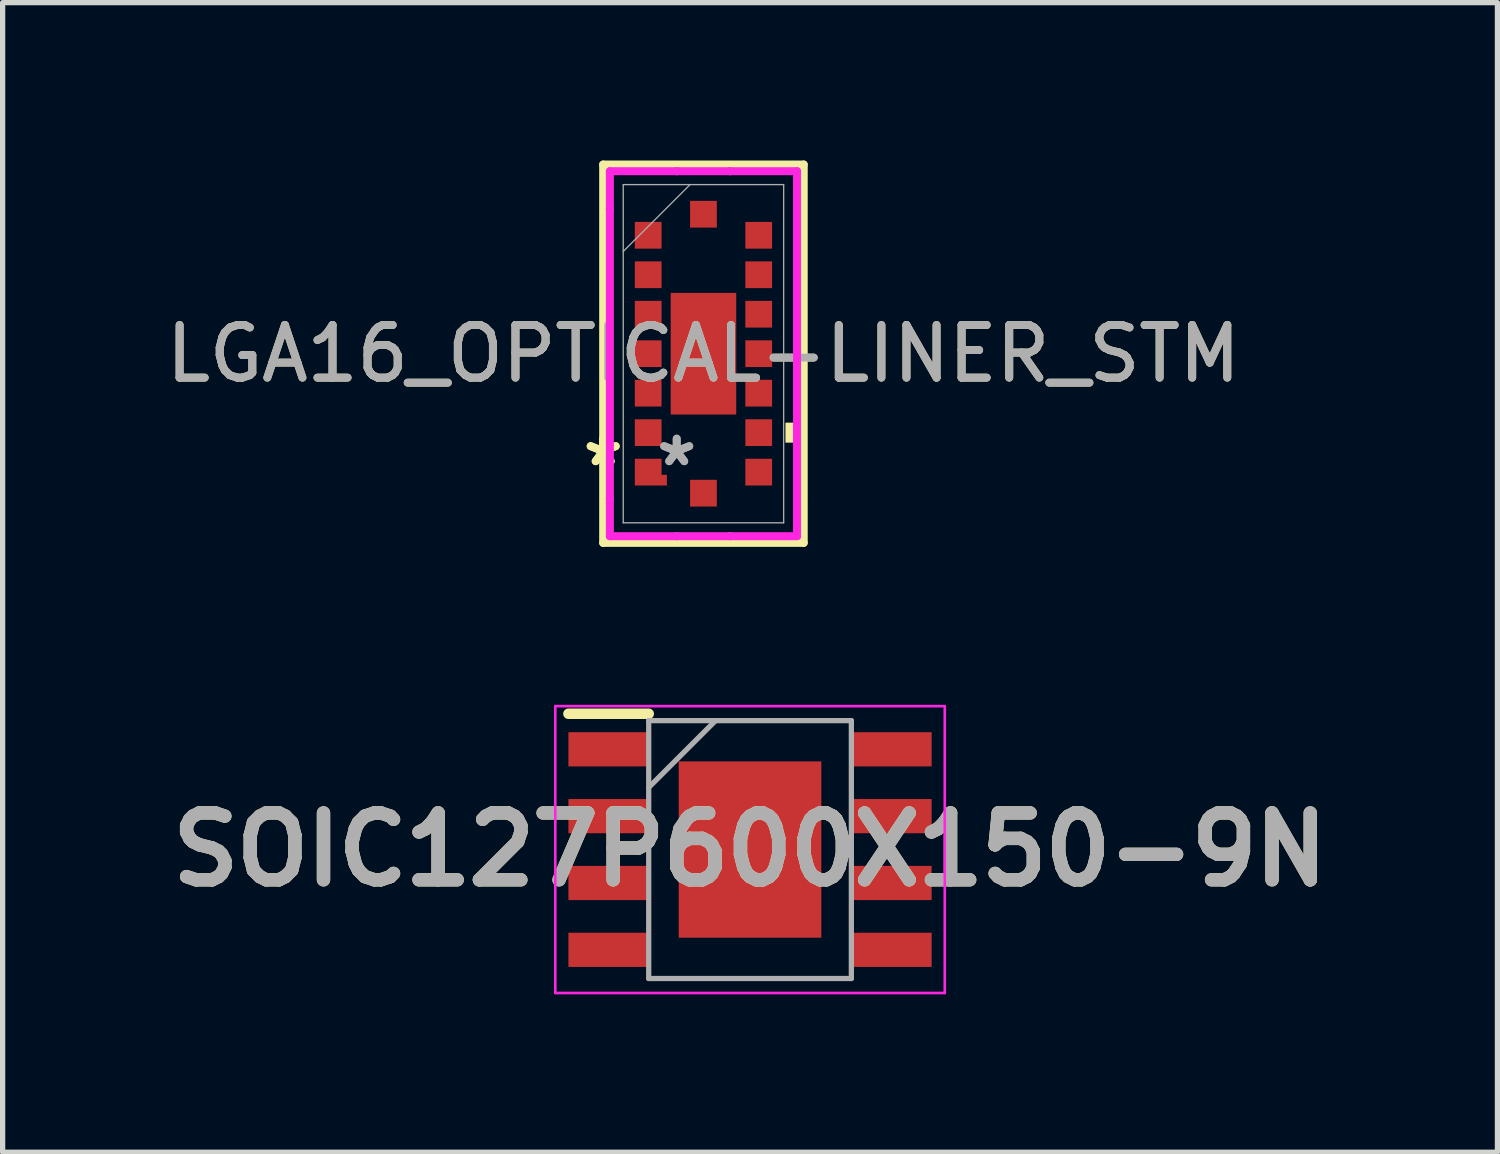
<source format=kicad_pcb>
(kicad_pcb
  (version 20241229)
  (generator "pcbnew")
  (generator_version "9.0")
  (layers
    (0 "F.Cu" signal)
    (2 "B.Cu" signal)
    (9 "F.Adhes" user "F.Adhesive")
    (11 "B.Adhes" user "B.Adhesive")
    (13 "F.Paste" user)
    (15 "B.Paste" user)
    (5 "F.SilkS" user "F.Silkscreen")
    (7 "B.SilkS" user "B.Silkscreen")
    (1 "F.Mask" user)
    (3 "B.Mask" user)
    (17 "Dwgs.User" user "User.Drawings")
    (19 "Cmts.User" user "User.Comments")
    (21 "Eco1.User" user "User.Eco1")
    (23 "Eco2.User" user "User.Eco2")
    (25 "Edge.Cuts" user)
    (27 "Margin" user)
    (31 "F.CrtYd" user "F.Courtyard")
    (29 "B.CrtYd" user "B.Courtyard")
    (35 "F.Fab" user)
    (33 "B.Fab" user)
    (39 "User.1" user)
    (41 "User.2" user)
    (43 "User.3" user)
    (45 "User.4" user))
  (footprint "SOIC127P600X150-9N"
    (layer "F.Cu")
    (at 11.2 13.091)
    (property "Reference" "SOIC127P600X150-9N" (at 0 0 0) (layer "F.SilkS") (effects (font (size 1.27 1.27) (thickness 0.254))))
    (attr smd)
    (fp_line (start -3.45 -2.58) (end -1.925 -2.58) (stroke (width 0.2) (type solid)) (layer "F.SilkS"))
    (fp_line (start -3.7 -2.725) (end 3.7 -2.725) (stroke (width 0.05) (type solid)) (layer "F.CrtYd"))
    (fp_line (start -3.7 2.725) (end -3.7 -2.725) (stroke (width 0.05) (type solid)) (layer "F.CrtYd"))
    (fp_line (start 3.7 -2.725) (end 3.7 2.725) (stroke (width 0.05) (type solid)) (layer "F.CrtYd"))
    (fp_line (start 3.7 2.725) (end -3.7 2.725) (stroke (width 0.05) (type solid)) (layer "F.CrtYd"))
    (fp_line (start -1.925 -2.45) (end 1.925 -2.45) (stroke (width 0.1) (type solid)) (layer "F.Fab"))
    (fp_line (start -1.925 -1.18) (end -0.655 -2.45) (stroke (width 0.1) (type solid)) (layer "F.Fab"))
    (fp_line (start -1.925 2.45) (end -1.925 -2.45) (stroke (width 0.1) (type solid)) (layer "F.Fab"))
    (fp_line (start 1.925 -2.45) (end 1.925 2.45) (stroke (width 0.1) (type solid)) (layer "F.Fab"))
    (fp_line (start 1.925 2.45) (end -1.925 2.45) (stroke (width 0.1) (type solid)) (layer "F.Fab"))
    (fp_text user "${REFERENCE}" (at 0 0 0) (layer "F.Fab") (effects (font (size 1.27 1.27) (thickness 0.254))))
    (pad "1" smd rect (at -2.688 -1.905 90) (size 0.65 1.525) (layers "F.Cu" "F.Mask" "F.Paste"))
    (pad "2" smd rect (at -2.688 -0.635 90) (size 0.65 1.525) (layers "F.Cu" "F.Mask" "F.Paste"))
    (pad "3" smd rect (at -2.688 0.635 90) (size 0.65 1.525) (layers "F.Cu" "F.Mask" "F.Paste"))
    (pad "4" smd rect (at -2.688 1.905 90) (size 0.65 1.525) (layers "F.Cu" "F.Mask" "F.Paste"))
    (pad "5" smd rect (at 2.688 1.905 90) (size 0.65 1.525) (layers "F.Cu" "F.Mask" "F.Paste"))
    (pad "6" smd rect (at 2.688 0.635 90) (size 0.65 1.525) (layers "F.Cu" "F.Mask" "F.Paste"))
    (pad "7" smd rect (at 2.688 -0.635 90) (size 0.65 1.525) (layers "F.Cu" "F.Mask" "F.Paste"))
    (pad "8" smd rect (at 2.688 -1.905 90) (size 0.65 1.525) (layers "F.Cu" "F.Mask" "F.Paste"))
    (pad "9" smd rect (at 0 0) (size 2.71 3.35) (layers "F.Cu" "F.Mask" "F.Paste")))
  (footprint "LGA16_OPTICAL-LINER_STM"
    (layer "F.Cu")
    (at 10.315 3.67)
    (property "Reference" "LGA16_OPTICAL-LINER_STM" (at 0 0 0) (unlocked yes) (layer "F.SilkS") (effects (font (size 1 1) (thickness 0.15))))
    (attr smd)
    (fp_poly (pts (xy -1.304 1.996) (xy -1.304 2.504) (xy -0.694 2.504) (xy -0.694 2.301) (xy -0.796 2.301) (xy -0.796 1.996)) (stroke (width 0) (type solid)) (fill yes) (layer "F.Cu"))
    (fp_line (start -1.905 -3.594) (end -1.905 3.594) (stroke (width 0.152) (type solid)) (layer "F.SilkS"))
    (fp_line (start -1.905 3.594) (end 1.905 3.594) (stroke (width 0.152) (type solid)) (layer "F.SilkS"))
    (fp_line (start 1.905 -3.594) (end -1.905 -3.594) (stroke (width 0.152) (type solid)) (layer "F.SilkS"))
    (fp_line (start 1.905 3.594) (end 1.905 -3.594) (stroke (width 0.152) (type solid)) (layer "F.SilkS"))
    (fp_poly (pts (xy 1.812 1.31) (xy 1.812 1.69) (xy 1.558 1.69) (xy 1.558 1.31)) (stroke (width 0) (type solid)) (fill yes) (layer "F.SilkS"))
    (fp_line (start -1.778 -3.467) (end -0.508 -3.467) (stroke (width 0.152) (type solid)) (layer "F.CrtYd"))
    (fp_line (start -1.778 -2.758) (end -1.778 -3.467) (stroke (width 0.152) (type solid)) (layer "F.CrtYd"))
    (fp_line (start -1.778 -2.758) (end -1.778 -2.758) (stroke (width 0.152) (type solid)) (layer "F.CrtYd"))
    (fp_line (start -1.778 2.758) (end -1.778 -2.758) (stroke (width 0.152) (type solid)) (layer "F.CrtYd"))
    (fp_line (start -1.778 2.758) (end -1.778 2.758) (stroke (width 0.152) (type solid)) (layer "F.CrtYd"))
    (fp_line (start -1.778 3.467) (end -1.778 2.758) (stroke (width 0.152) (type solid)) (layer "F.CrtYd"))
    (fp_line (start -0.508 -3.467) (end -0.508 -3.467) (stroke (width 0.152) (type solid)) (layer "F.CrtYd"))
    (fp_line (start -0.508 -3.467) (end 0.508 -3.467) (stroke (width 0.152) (type solid)) (layer "F.CrtYd"))
    (fp_line (start -0.508 3.467) (end -1.778 3.467) (stroke (width 0.152) (type solid)) (layer "F.CrtYd"))
    (fp_line (start -0.508 3.467) (end -0.508 3.467) (stroke (width 0.152) (type solid)) (layer "F.CrtYd"))
    (fp_line (start 0.508 -3.467) (end 0.508 -3.467) (stroke (width 0.152) (type solid)) (layer "F.CrtYd"))
    (fp_line (start 0.508 -3.467) (end 1.778 -3.467) (stroke (width 0.152) (type solid)) (layer "F.CrtYd"))
    (fp_line (start 0.508 3.467) (end -0.508 3.467) (stroke (width 0.152) (type solid)) (layer "F.CrtYd"))
    (fp_line (start 0.508 3.467) (end 0.508 3.467) (stroke (width 0.152) (type solid)) (layer "F.CrtYd"))
    (fp_line (start 1.778 -3.467) (end 1.778 -2.758) (stroke (width 0.152) (type solid)) (layer "F.CrtYd"))
    (fp_line (start 1.778 -2.758) (end 1.778 -2.758) (stroke (width 0.152) (type solid)) (layer "F.CrtYd"))
    (fp_line (start 1.778 -2.758) (end 1.778 2.758) (stroke (width 0.152) (type solid)) (layer "F.CrtYd"))
    (fp_line (start 1.778 2.758) (end 1.778 2.758) (stroke (width 0.152) (type solid)) (layer "F.CrtYd"))
    (fp_line (start 1.778 2.758) (end 1.778 3.467) (stroke (width 0.152) (type solid)) (layer "F.CrtYd"))
    (fp_line (start 1.778 3.467) (end 0.508 3.467) (stroke (width 0.152) (type solid)) (layer "F.CrtYd"))
    (fp_line (start -1.524 -3.213) (end -1.524 3.213) (stroke (width 0.025) (type solid)) (layer "F.Fab"))
    (fp_line (start -1.524 -1.943) (end -0.254 -3.213) (stroke (width 0.025) (type solid)) (layer "F.Fab"))
    (fp_line (start -1.524 3.213) (end 1.524 3.213) (stroke (width 0.025) (type solid)) (layer "F.Fab"))
    (fp_line (start 1.524 -3.213) (end -1.524 -3.213) (stroke (width 0.025) (type solid)) (layer "F.Fab"))
    (fp_line (start 1.524 3.213) (end 1.524 -3.213) (stroke (width 0.025) (type solid)) (layer "F.Fab"))
    (fp_text user "*" (at -1.905 2.159 0) (unlocked yes) (layer "F.SilkS") (effects (font (size 1 1) (thickness 0.15))))
    (fp_text user "*" (at -1.905 2.159 0) (layer "F.SilkS") (effects (font (size 1 1) (thickness 0.15))))
    (fp_text user "*" (at -0.508 2.159 0) (unlocked yes) (layer "F.Fab") (effects (font (size 1 1) (thickness 0.15))))
    (fp_text user "*" (at -0.508 2.159 0) (layer "F.Fab") (effects (font (size 1 1) (thickness 0.15))))
    (fp_text user "${REFERENCE}" (at 0 0 0) (unlocked yes) (layer "F.Fab") (effects (font (size 1 1) (thickness 0.15))))
    (pad "A1" smd rect (at -1.05 2.25 90) (size 0.127 0.127) (layers "F.Cu" "F.Mask" "F.Paste"))
    (pad "A2" smd rect (at -1.05 1.5 90) (size 0.508 0.508) (layers "F.Cu" "F.Mask" "F.Paste"))
    (pad "A3" smd rect (at -1.05 0.75 90) (size 0.508 0.508) (layers "F.Cu" "F.Mask" "F.Paste"))
    (pad "A4" smd rect (at -1.05 0 90) (size 0.508 0.508) (layers "F.Cu" "F.Mask" "F.Paste"))
    (pad "A5" smd rect (at -1.05 -0.75 90) (size 0.508 0.508) (layers "F.Cu" "F.Mask" "F.Paste"))
    (pad "A6" smd rect (at -1.05 -1.5 90) (size 0.508 0.508) (layers "F.Cu" "F.Mask" "F.Paste"))
    (pad "A7" smd rect (at -1.05 -2.25 90) (size 0.508 0.508) (layers "F.Cu" "F.Mask" "F.Paste"))
    (pad "B1" smd rect (at 0 2.65) (size 0.508 0.508) (layers "F.Cu" "F.Mask" "F.Paste"))
    (pad "B4" smd rect (at 0 0) (size 1.245 2.311) (layers "F.Cu" "F.Mask" "F.Paste"))
    (pad "B7" smd rect (at 0 -2.65) (size 0.508 0.508) (layers "F.Cu" "F.Mask" "F.Paste"))
    (pad "C1" smd rect (at 1.05 2.25 90) (size 0.508 0.508) (layers "F.Cu" "F.Mask" "F.Paste"))
    (pad "C2" smd rect (at 1.05 1.5 90) (size 0.508 0.508) (layers "F.Cu" "F.Mask" "F.Paste"))
    (pad "C3" smd rect (at 1.05 0.75 90) (size 0.508 0.508) (layers "F.Cu" "F.Mask" "F.Paste"))
    (pad "C4" smd rect (at 1.05 0 90) (size 0.508 0.508) (layers "F.Cu" "F.Mask" "F.Paste"))
    (pad "C5" smd rect (at 1.05 -0.75 90) (size 0.508 0.508) (layers "F.Cu" "F.Mask" "F.Paste"))
    (pad "C6" smd rect (at 1.05 -1.5 90) (size 0.508 0.508) (layers "F.Cu" "F.Mask" "F.Paste"))
    (pad "C7" smd rect (at 1.05 -2.25 90) (size 0.508 0.508) (layers "F.Cu" "F.Mask" "F.Paste")))
  (gr_rect
    (start -3 -3)
    (end 25.4 18.841)
    (stroke (width 0.1) (type default))
    (fill no)
    (layer "Edge.Cuts")))
</source>
